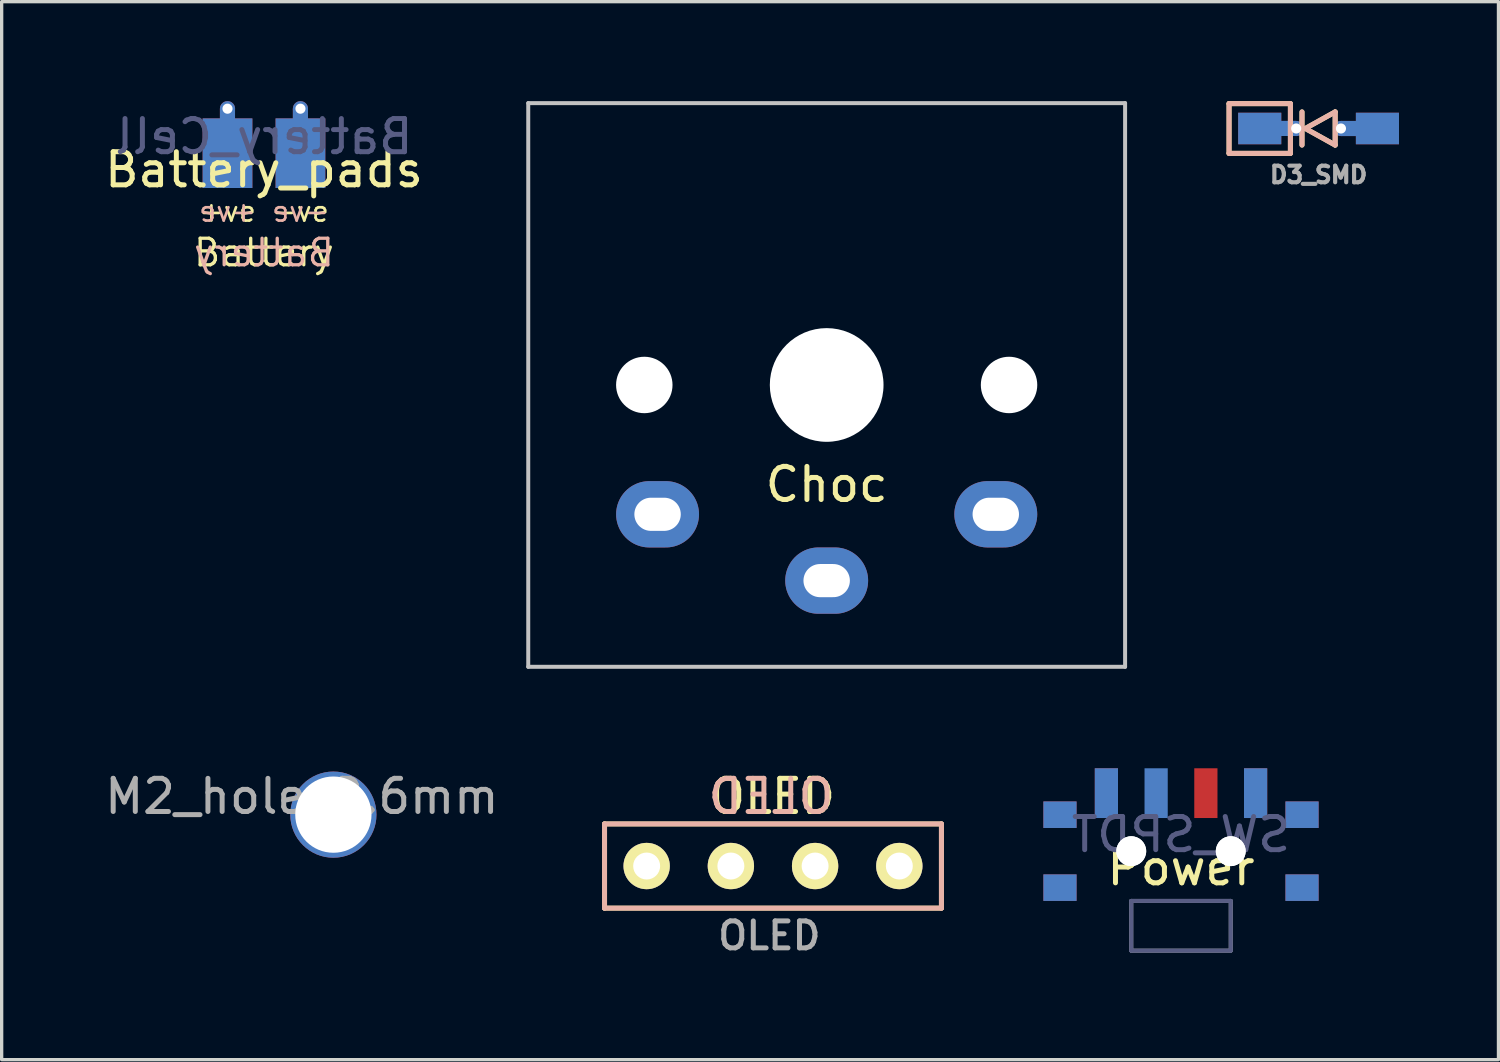
<source format=kicad_pcb>
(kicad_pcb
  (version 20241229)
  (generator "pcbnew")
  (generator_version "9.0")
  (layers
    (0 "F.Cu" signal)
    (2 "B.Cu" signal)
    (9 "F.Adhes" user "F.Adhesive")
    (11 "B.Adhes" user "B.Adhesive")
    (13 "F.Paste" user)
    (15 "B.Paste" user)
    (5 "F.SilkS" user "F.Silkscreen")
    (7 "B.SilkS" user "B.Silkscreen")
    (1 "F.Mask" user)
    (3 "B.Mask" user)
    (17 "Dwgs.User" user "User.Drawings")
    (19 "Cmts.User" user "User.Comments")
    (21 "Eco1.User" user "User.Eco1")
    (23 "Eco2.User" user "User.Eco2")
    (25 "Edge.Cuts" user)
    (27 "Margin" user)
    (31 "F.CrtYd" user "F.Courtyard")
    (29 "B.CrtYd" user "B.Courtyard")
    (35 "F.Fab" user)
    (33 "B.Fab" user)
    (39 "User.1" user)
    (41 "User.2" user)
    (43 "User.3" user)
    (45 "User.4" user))
  (footprint "M2_hole_2.6mm"
    (layer "F.Cu")
    (at 7.004 21.518)
    (property "Reference" "M2_hole_2.6mm" (at -0.95 -0.55 0) (layer "F.Fab") (effects (font (size 1 1) (thickness 0.15))))
    (attr exclude_from_pos_files exclude_from_bom)
    (pad "" thru_hole circle (at 0 0) (size 2.6 2.6) (drill 2.3) (layers "*.Cu" "*.Mask")))
  (footprint "OLED"
    (layer "F.Cu")
    (at 16.452 23.068)
    (property "Reference" "OLED" (at 3.7 2.1 180) (layer "F.Fab") (effects (font (size 0.813 0.813) (thickness 0.15))))
    (attr through_hole)
    (fp_line (start -1.27 -1.27) (end 8.89 -1.27) (stroke (width 0.15) (type solid)) (layer "F.SilkS"))
    (fp_line (start -1.27 1.27) (end -1.27 -1.27) (stroke (width 0.15) (type solid)) (layer "F.SilkS"))
    (fp_line (start -1.27 1.27) (end 8.89 1.27) (stroke (width 0.15) (type solid)) (layer "F.SilkS"))
    (fp_line (start 8.89 -1.27) (end 8.89 1.27) (stroke (width 0.15) (type solid)) (layer "F.SilkS"))
    (fp_line (start -1.27 -1.27) (end 8.89 -1.27) (stroke (width 0.15) (type solid)) (layer "B.SilkS"))
    (fp_line (start -1.27 1.27) (end -1.27 -1.27) (stroke (width 0.15) (type solid)) (layer "B.SilkS"))
    (fp_line (start 8.89 -1.27) (end 8.89 1.27) (stroke (width 0.15) (type solid)) (layer "B.SilkS"))
    (fp_line (start 8.89 1.27) (end -1.27 1.27) (stroke (width 0.15) (type solid)) (layer "B.SilkS"))
    (fp_text user "OLED" (at 3.8 -2.1 0) (layer "F.SilkS") (effects (font (size 1 1) (thickness 0.15))))
    (fp_text user "OLED" (at 3.75 -2.1 0) (layer "B.SilkS") (effects (font (size 1 1) (thickness 0.15)) (justify mirror)))
    (pad "1" thru_hole circle (at 0 0) (size 1.397 1.397) (drill 0.813) (layers "*.Cu" "*.Mask" "F.SilkS"))
    (pad "2" thru_hole circle (at 2.54 0) (size 1.397 1.397) (drill 0.813) (layers "*.Cu" "*.Mask" "F.SilkS"))
    (pad "3" thru_hole circle (at 5.08 0) (size 1.397 1.397) (drill 0.813) (layers "*.Cu" "*.Mask" "F.SilkS"))
    (pad "4" thru_hole circle (at 7.62 0) (size 1.397 1.397) (drill 0.813) (layers "*.Cu" "*.Mask" "F.SilkS")))
  (footprint "Power"
    (layer "F.Cu")
    (at 32.567 22.62)
    (property "Reference" "Power" (at 0 0.5 180) (layer "F.SilkS") (effects (font (size 1 1) (thickness 0.15))))
    (fp_poly (pts (xy -4.1 -0.75) (xy -4.1 -1.45) (xy -3.2 -1.45) (xy -3.2 -0.75)) (stroke (width 0.1) (type solid)) (fill yes) (layer "F.Mask"))
    (fp_poly (pts (xy -4.1 1.45) (xy -4.1 0.75) (xy -3.2 0.75) (xy -3.2 1.45)) (stroke (width 0.1) (type solid)) (fill yes) (layer "F.Mask"))
    (fp_poly (pts (xy -2.55 -1.05) (xy -2.55 -2.45) (xy -1.95 -2.45) (xy -1.95 -1.05)) (stroke (width 0.1) (type solid)) (fill yes) (layer "F.Mask"))
    (fp_poly (pts (xy 0.45 -1.05) (xy 0.45 -2.45) (xy 1.05 -2.45) (xy 1.05 -1.05)) (stroke (width 0.1) (type solid)) (fill yes) (layer "F.Mask"))
    (fp_poly (pts (xy 1.95 -1.05) (xy 1.95 -2.45) (xy 2.55 -2.45) (xy 2.55 -1.05)) (stroke (width 0.1) (type solid)) (fill yes) (layer "F.Mask"))
    (fp_poly (pts (xy 3.2 -0.75) (xy 3.2 -1.45) (xy 4.1 -1.45) (xy 4.1 -0.75)) (stroke (width 0.1) (type solid)) (fill yes) (layer "F.Mask"))
    (fp_poly (pts (xy 3.2 1.45) (xy 3.2 0.75) (xy 4.1 0.75) (xy 4.1 1.45)) (stroke (width 0.1) (type solid)) (fill yes) (layer "F.Mask"))
    (fp_poly (pts (xy -3.2 -0.75) (xy -3.2 -1.45) (xy -4.1 -1.45) (xy -4.1 -0.75)) (stroke (width 0.1) (type solid)) (fill yes) (layer "B.Mask"))
    (fp_poly (pts (xy -3.2 1.45) (xy -3.2 0.75) (xy -4.1 0.75) (xy -4.1 1.45)) (stroke (width 0.1) (type solid)) (fill yes) (layer "B.Mask"))
    (fp_poly (pts (xy -1.95 -1.05) (xy -1.95 -2.45) (xy -2.55 -2.45) (xy -2.55 -1.05)) (stroke (width 0.1) (type solid)) (fill yes) (layer "B.Mask"))
    (fp_poly (pts (xy -0.45 -1.05) (xy -0.45 -2.45) (xy -1.05 -2.45) (xy -1.05 -1.05)) (stroke (width 0.1) (type solid)) (fill yes) (layer "B.Mask"))
    (fp_poly (pts (xy 2.55 -1.05) (xy 2.55 -2.45) (xy 1.95 -2.45) (xy 1.95 -1.05)) (stroke (width 0.1) (type solid)) (fill yes) (layer "B.Mask"))
    (fp_poly (pts (xy 4.1 -0.75) (xy 4.1 -1.45) (xy 3.2 -1.45) (xy 3.2 -0.75)) (stroke (width 0.1) (type solid)) (fill yes) (layer "B.Mask"))
    (fp_poly (pts (xy 4.1 1.45) (xy 4.1 0.75) (xy 3.2 0.75) (xy 3.2 1.45)) (stroke (width 0.1) (type solid)) (fill yes) (layer "B.Mask"))
    (fp_line (start -1.5 1.5) (end 1.5 1.5) (stroke (width 0.12) (type solid)) (layer "B.Fab"))
    (fp_line (start -1.5 3) (end -1.5 1.5) (stroke (width 0.12) (type solid)) (layer "B.Fab"))
    (fp_line (start 1.5 1.5) (end 1.5 3) (stroke (width 0.12) (type solid)) (layer "B.Fab"))
    (fp_line (start 1.5 3) (end -1.5 3) (stroke (width 0.12) (type solid)) (layer "B.Fab"))
    (fp_line (start -1.5 1.5) (end -1.5 3) (stroke (width 0.12) (type solid)) (layer "F.Fab"))
    (fp_line (start -1.5 3) (end 1.5 3) (stroke (width 0.12) (type solid)) (layer "F.Fab"))
    (fp_line (start 1.5 1.5) (end -1.5 1.5) (stroke (width 0.12) (type solid)) (layer "F.Fab"))
    (fp_line (start 1.5 3) (end 1.5 1.5) (stroke (width 0.12) (type solid)) (layer "F.Fab"))
    (fp_text user "SW_SPDT" (at 0 -0.5 180) (layer "B.Fab") (effects (font (size 1 1) (thickness 0.15)) (justify mirror)))
    (pad "" smd rect (at -3.65 -1.1) (size 1 0.8) (layers "F.Cu"))
    (pad "" smd rect (at -3.65 -1.1 180) (size 1 0.8) (layers "B.Cu"))
    (pad "" smd rect (at -3.65 1.1) (size 1 0.8) (layers "F.Cu"))
    (pad "" smd rect (at -3.65 1.1 180) (size 1 0.8) (layers "B.Cu"))
    (pad "" np_thru_hole circle (at -1.5 0) (size 0.9 0.9) (drill 0.9) (layers "*.Cu" "*.Mask"))
    (pad "" np_thru_hole circle (at -1.5 0 180) (size 0.9 0.9) (drill 0.9) (layers "*.Cu" "*.Mask"))
    (pad "" np_thru_hole circle (at 1.5 0) (size 0.9 0.9) (drill 0.9) (layers "*.Cu" "*.Mask"))
    (pad "" np_thru_hole circle (at 1.5 0 180) (size 0.9 0.9) (drill 0.9) (layers "*.Cu" "*.Mask"))
    (pad "" smd rect (at 3.65 -1.1) (size 1 0.8) (layers "F.Cu"))
    (pad "" smd rect (at 3.65 -1.1 180) (size 1 0.8) (layers "B.Cu"))
    (pad "" smd rect (at 3.65 1.1) (size 1 0.8) (layers "F.Cu"))
    (pad "" smd rect (at 3.65 1.1 180) (size 1 0.8) (layers "B.Cu"))
    (pad "1" smd rect (at -2.25 -1.75) (size 0.7 1.5) (layers "F.Cu"))
    (pad "1" smd rect (at 2.25 -1.75 180) (size 0.7 1.5) (layers "B.Cu"))
    (pad "2" smd rect (at -0.75 -1.75 180) (size 0.7 1.5) (layers "B.Cu"))
    (pad "2" smd rect (at 0.75 -1.75) (size 0.7 1.5) (layers "F.Cu"))
    (pad "3" smd rect (at -2.25 -1.75 180) (size 0.7 1.5) (layers "B.Cu"))
    (pad "3" smd rect (at 2.25 -1.75) (size 0.7 1.5) (layers "F.Cu")))
  (footprint "D3_SMD"
    (layer "F.Cu")
    (at 36.716 0.825)
    (property "Reference" "D3_SMD" (at 0 1.397 0) (layer "F.Fab") (effects (font (size 0.5 0.5) (thickness 0.125))))
    (fp_poly (pts (xy -2.375 -0.425) (xy -1.175 -0.425) (xy -1.175 0.425) (xy -2.375 0.425)) (stroke (width 0.1) (type solid)) (fill yes) (layer "F.Mask"))
    (fp_poly (pts (xy 1.175 -0.425) (xy 2.375 -0.425) (xy 2.375 0.425) (xy 1.175 0.425)) (stroke (width 0.1) (type solid)) (fill yes) (layer "F.Mask"))
    (fp_poly (pts (xy -2.375 -0.425) (xy -1.175 -0.425) (xy -1.175 0.425) (xy -2.375 0.425)) (stroke (width 0.1) (type solid)) (fill yes) (layer "B.Mask"))
    (fp_poly (pts (xy 1.175 -0.425) (xy 2.375 -0.425) (xy 2.375 0.425) (xy 1.175 0.425)) (stroke (width 0.1) (type solid)) (fill yes) (layer "B.Mask"))
    (fp_line (start -2.7 -0.75) (end -2.7 0.75) (stroke (width 0.15) (type solid)) (layer "F.SilkS"))
    (fp_line (start -2.7 0.75) (end -0.85 0.75) (stroke (width 0.15) (type solid)) (layer "F.SilkS"))
    (fp_line (start -0.85 -0.75) (end -2.7 -0.75) (stroke (width 0.15) (type solid)) (layer "F.SilkS"))
    (fp_line (start -0.85 -0.75) (end -0.85 0.75) (stroke (width 0.15) (type solid)) (layer "F.SilkS"))
    (fp_line (start -0.5 -0.5) (end -0.5 0.5) (stroke (width 0.15) (type solid)) (layer "F.SilkS"))
    (fp_line (start -0.4 0) (end 0.5 -0.5) (stroke (width 0.15) (type solid)) (layer "F.SilkS"))
    (fp_line (start 0.5 -0.5) (end 0.5 0.5) (stroke (width 0.15) (type solid)) (layer "F.SilkS"))
    (fp_line (start 0.5 0.5) (end -0.4 0) (stroke (width 0.15) (type solid)) (layer "F.SilkS"))
    (fp_line (start -2.7 -0.75) (end -2.7 0.75) (stroke (width 0.15) (type solid)) (layer "B.SilkS"))
    (fp_line (start -2.7 0.75) (end -0.85 0.75) (stroke (width 0.15) (type solid)) (layer "B.SilkS"))
    (fp_line (start -0.85 -0.75) (end -2.7 -0.75) (stroke (width 0.15) (type solid)) (layer "B.SilkS"))
    (fp_line (start -0.85 -0.75) (end -0.85 0.75) (stroke (width 0.15) (type solid)) (layer "B.SilkS"))
    (fp_line (start -0.5 0.5) (end -0.5 -0.5) (stroke (width 0.15) (type solid)) (layer "B.SilkS"))
    (fp_line (start -0.4 0) (end 0.5 0.5) (stroke (width 0.15) (type solid)) (layer "B.SilkS"))
    (fp_line (start 0.5 -0.5) (end -0.4 0) (stroke (width 0.15) (type solid)) (layer "B.SilkS"))
    (fp_line (start 0.5 0.5) (end 0.5 -0.5) (stroke (width 0.15) (type solid)) (layer "B.SilkS"))
    (pad "1" smd custom (at -1.775 0) (size 1.3 0.95) (layers "F.Cu") (options (anchor rect)) (primitives (gr_poly (pts (xy 1.094 0.177) (xy 0.521 0.177) (xy 0.521 -0.178) (xy 1.094 -0.178)) (width 0.1) (fill yes))))
    (pad "1" smd custom (at -1.775 0) (size 1.3 0.95) (layers "B.Cu") (options (anchor rect)) (primitives (gr_poly (pts (xy 1.094 0.177) (xy 0.521 0.177) (xy 0.521 -0.179) (xy 1.094 -0.179)) (width 0.1) (fill yes))))
    (pad "1" thru_hole circle (at -0.675 0 270) (size 0.457 0.457) (drill 0.305) (layers "*.Cu"))
    (pad "2" thru_hole circle (at 0.675 0.0004 90) (size 0.457 0.457) (drill 0.305) (layers "*.Cu"))
    (pad "2" smd custom (at 1.775 0) (size 1.3 0.95) (layers "F.Cu") (options (anchor rect)) (primitives (gr_poly (pts (xy -0.521 0.179) (xy -1.094 0.179) (xy -1.094 -0.177) (xy -0.521 -0.177)) (width 0.1) (fill yes))))
    (pad "2" smd custom (at 1.775 0) (size 1.3 0.95) (layers "B.Cu") (options (anchor rect)) (primitives (gr_poly (pts (xy -0.521 0.179) (xy -1.094 0.179) (xy -1.094 -0.177) (xy -0.521 -0.177)) (width 0.1) (fill yes)))))
  (footprint "Battery_pads"
    (layer "F.Cu")
    (at 4.911 1.57)
    (property "Reference" "Battery_pads" (at 0 0.5 180) (layer "F.SilkS") (effects (font (size 1 1) (thickness 0.15))))
    (fp_poly (pts (xy -0.401 -1) (xy -0.401 1) (xy -1.801 1) (xy -1.801 -1)) (stroke (width 0.1) (type solid)) (fill yes) (layer "F.Mask"))
    (fp_poly (pts (xy 1.8 -1) (xy 1.8 1) (xy 0.4 1) (xy 0.4 -1)) (stroke (width 0.1) (type solid)) (fill yes) (layer "F.Mask"))
    (fp_poly (pts (xy -1.8 -1) (xy -1.8 1) (xy -0.4 1) (xy -0.4 -1)) (stroke (width 0.1) (type solid)) (fill yes) (layer "B.Mask"))
    (fp_poly (pts (xy 0.4 -1) (xy 0.4 1) (xy 1.8 1) (xy 1.8 -1)) (stroke (width 0.1) (type solid)) (fill yes) (layer "B.Mask"))
    (fp_text user "-ve" (at 1.1 1.757 180) (layer "F.SilkS") (effects (font (size 0.6 0.6) (thickness 0.08))))
    (fp_text user "+ve" (at -1.1 1.757 180) (layer "F.SilkS") (effects (font (size 0.6 0.6) (thickness 0.08))))
    (fp_text user "Battery" (at 0 3 180) (layer "F.SilkS") (effects (font (size 0.8 0.8) (thickness 0.1))))
    (fp_text user "Battery" (at 0 3 180) (layer "B.SilkS") (effects (font (size 0.8 0.8) (thickness 0.1)) (justify mirror)))
    (fp_text user "+ve" (at -1.1 1.757 180) (layer "B.SilkS") (effects (font (size 0.6 0.6) (thickness 0.08)) (justify mirror)))
    (fp_text user "-ve" (at 1.1 1.757 180) (layer "B.SilkS") (effects (font (size 0.6 0.6) (thickness 0.08)) (justify mirror)))
    (fp_text user "Battery_Cell" (at 0 -0.5 180) (layer "B.Fab") (effects (font (size 1 1) (thickness 0.15)) (justify mirror)))
    (pad "1" thru_hole circle (at -1.1 -1.342) (size 0.457 0.457) (drill 0.305) (layers "*.Cu"))
    (pad "1" smd custom (at -1.1 0 180) (size 1.5 2.1) (layers "F.Cu") (options (anchor rect)) (primitives (gr_poly (pts (xy 0.179 1.335) (xy -0.177 1.335) (xy -0.177 0.762) (xy 0.179 0.762)) (width 0.1) (fill yes))))
    (pad "1" smd custom (at -1.1 0) (size 1.5 2.1) (layers "B.Cu") (options (anchor rect)) (primitives (gr_poly (pts (xy 0.177 -0.762) (xy -0.179 -0.762) (xy -0.179 -1.335) (xy 0.177 -1.335)) (width 0.1) (fill yes))))
    (pad "2" thru_hole circle (at 1.1 -1.342) (size 0.457 0.457) (drill 0.305) (layers "*.Cu"))
    (pad "2" smd custom (at 1.1 0 180) (size 1.5 2.1) (layers "F.Cu") (options (anchor rect)) (primitives (gr_poly (pts (xy 0.179 1.335) (xy -0.177 1.335) (xy -0.177 0.762) (xy 0.179 0.762)) (width 0.1) (fill yes))))
    (pad "2" smd custom (at 1.1 0) (size 1.5 2.1) (layers "B.Cu") (options (anchor rect)) (primitives (gr_poly (pts (xy 0.177 -0.762) (xy -0.179 -0.762) (xy -0.179 -1.335) (xy 0.177 -1.335)) (width 0.1) (fill yes)))))
  (footprint "Choc"
    (layer "F.Cu")
    (at 21.881 8.56)
    (property "Reference" "Choc" (at 0 3 0) (layer "F.SilkS") (effects (font (size 1 1) (thickness 0.15))))
    (attr through_hole)
    (fp_line (start -9 -8.5) (end 9 -8.5) (stroke (width 0.12) (type solid)) (layer "Dwgs.User"))
    (fp_line (start -9 8.5) (end -9 -8.5) (stroke (width 0.12) (type solid)) (layer "Dwgs.User"))
    (fp_line (start 9 -8.5) (end 9 8.5) (stroke (width 0.12) (type solid)) (layer "Dwgs.User"))
    (fp_line (start 9 8.5) (end -9 8.5) (stroke (width 0.12) (type solid)) (layer "Dwgs.User"))
    (fp_line (start -6.9 6.9) (end -6.9 -6.9) (stroke (width 0.15) (type solid)) (layer "Eco2.User"))
    (fp_line (start -6.9 6.9) (end 6.9 6.9) (stroke (width 0.15) (type solid)) (layer "Eco2.User"))
    (fp_line (start 6.9 -6.9) (end -6.9 -6.9) (stroke (width 0.15) (type solid)) (layer "Eco2.User"))
    (fp_line (start 6.9 -6.9) (end 6.9 6.9) (stroke (width 0.15) (type solid)) (layer "Eco2.User"))
    (pad "" np_thru_hole circle (at -5.5 0) (size 1.702 1.702) (drill 1.702) (layers "*.Cu" "*.Mask"))
    (pad "" np_thru_hole circle (at 0 0) (size 3.429 3.429) (drill 3.429) (layers "*.Cu" "*.Mask"))
    (pad "" np_thru_hole circle (at 5.5 0) (size 1.702 1.702) (drill 1.702) (layers "*.Cu" "*.Mask"))
    (pad "1" thru_hole oval (at -5.1 3.9) (size 2.5 2) (drill oval 1.4 1) (layers "*.Cu" "B.Mask"))
    (pad "1" thru_hole oval (at 5.1 3.9) (size 2.5 2) (drill oval 1.4 1) (layers "*.Cu" "F.Mask"))
    (pad "2" thru_hole oval (at 0 5.9) (size 2.5 2) (drill oval 1.4 1) (layers "*.Cu" "*.Mask")))
  (gr_rect
    (start -3 -3)
    (end 42.141 28.907)
    (stroke (width 0.1) (type default))
    (fill no)
    (layer "Edge.Cuts")))
</source>
